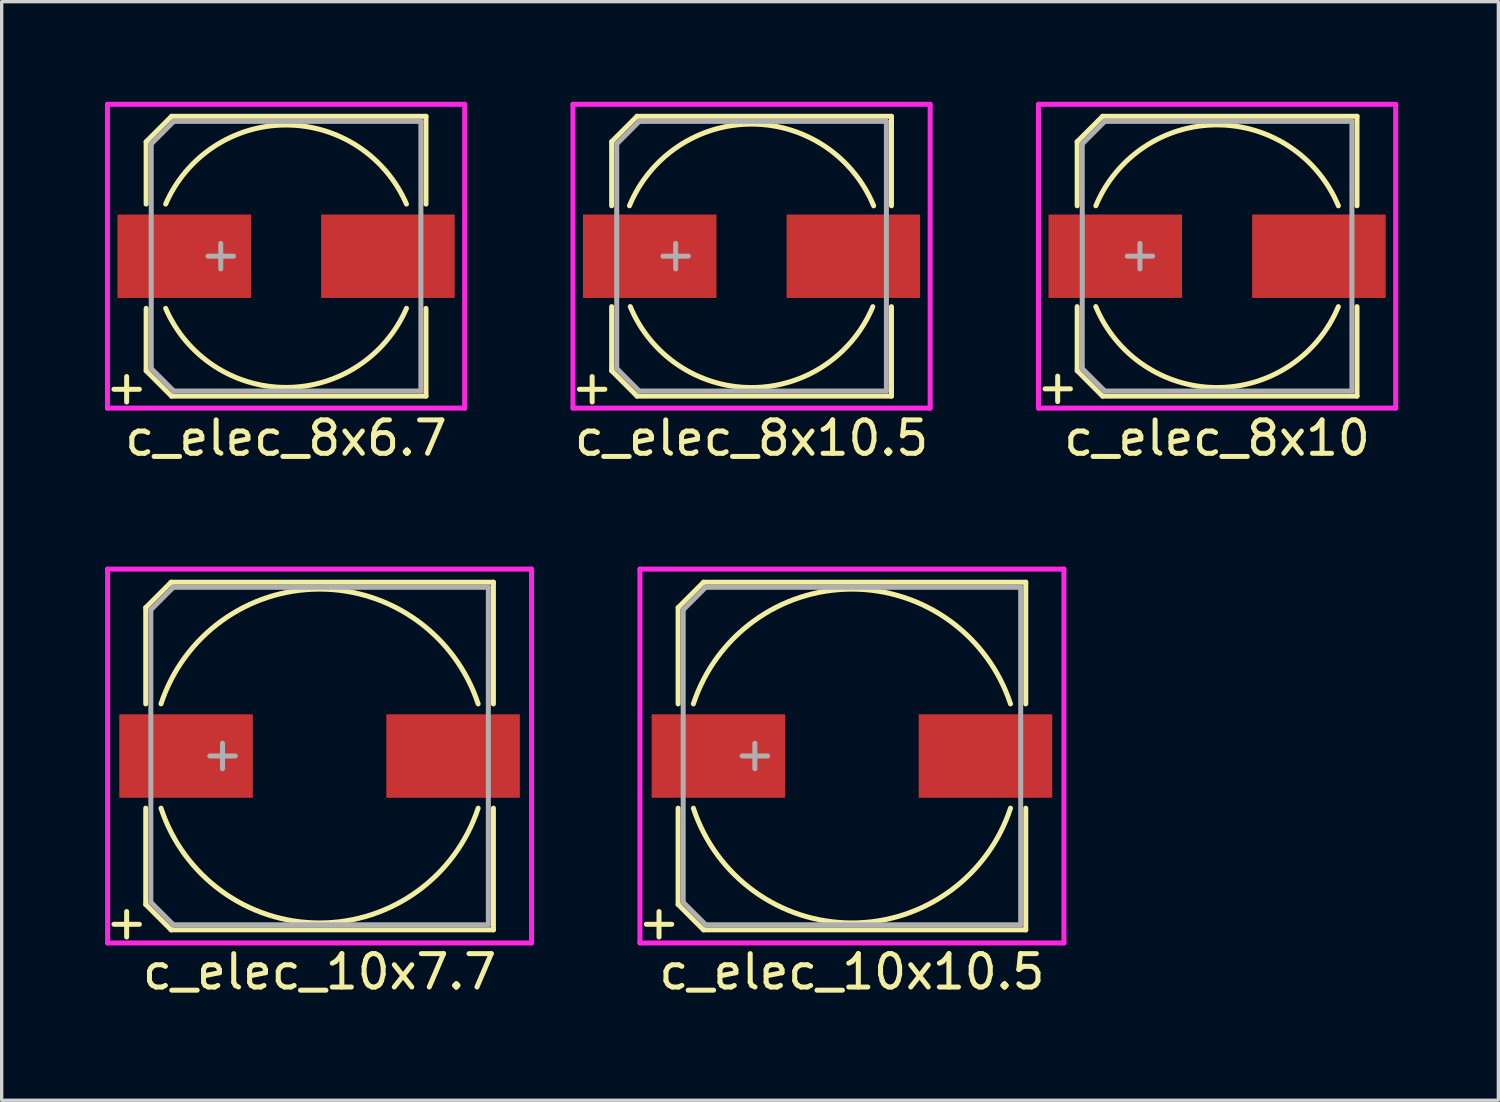
<source format=kicad_pcb>
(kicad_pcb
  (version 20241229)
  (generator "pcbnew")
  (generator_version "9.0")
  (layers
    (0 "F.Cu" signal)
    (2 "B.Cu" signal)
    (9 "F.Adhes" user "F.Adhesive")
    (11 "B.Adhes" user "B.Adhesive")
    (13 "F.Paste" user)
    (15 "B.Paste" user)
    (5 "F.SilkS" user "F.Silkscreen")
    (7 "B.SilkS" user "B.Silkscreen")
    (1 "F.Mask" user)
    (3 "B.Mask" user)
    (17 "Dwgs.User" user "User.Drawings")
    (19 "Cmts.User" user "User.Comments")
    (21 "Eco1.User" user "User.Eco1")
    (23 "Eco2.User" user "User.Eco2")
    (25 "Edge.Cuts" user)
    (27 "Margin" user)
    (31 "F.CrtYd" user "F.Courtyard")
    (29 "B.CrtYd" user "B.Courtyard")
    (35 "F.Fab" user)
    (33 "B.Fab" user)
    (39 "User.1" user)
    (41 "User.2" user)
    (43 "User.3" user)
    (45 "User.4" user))
  (footprint "c_elec_8x6.7"
    (layer "F.Cu")
    (at 5.519 4.625)
    (property "Reference" "c_elec_8x6.7" (at 0 5.448 0) (layer "F.SilkS") (effects (font (size 1 1) (thickness 0.15))))
    (attr smd)
    (fp_line (start -4.191 -3.429) (end -4.191 -1.562) (stroke (width 0.15) (type solid)) (layer "F.SilkS"))
    (fp_line (start -4.191 -3.429) (end -3.429 -4.191) (stroke (width 0.15) (type solid)) (layer "F.SilkS"))
    (fp_line (start -4.191 3.429) (end -4.191 1.562) (stroke (width 0.15) (type solid)) (layer "F.SilkS"))
    (fp_line (start -3.429 -4.191) (end 4.191 -4.191) (stroke (width 0.15) (type solid)) (layer "F.SilkS"))
    (fp_line (start -3.429 4.191) (end -4.191 3.429) (stroke (width 0.15) (type solid)) (layer "F.SilkS"))
    (fp_line (start 4.191 -4.191) (end 4.191 -1.562) (stroke (width 0.15) (type solid)) (layer "F.SilkS"))
    (fp_line (start 4.191 4.191) (end -3.429 4.191) (stroke (width 0.15) (type solid)) (layer "F.SilkS"))
    (fp_line (start 4.191 4.191) (end 4.191 1.562) (stroke (width 0.15) (type solid)) (layer "F.SilkS"))
    (fp_arc (start -3.6068 -1.5621) (mid 0 -3.930542) (end 3.6068 -1.5621) (stroke (width 0.15) (type solid)) (layer "F.SilkS"))
    (fp_arc (start 3.6068 1.5621) (mid 0 3.930542) (end -3.6068 1.5621) (stroke (width 0.15) (type solid)) (layer "F.SilkS"))
    (fp_line (start -5.35 -4.55) (end -5.35 4.55) (stroke (width 0.15) (type solid)) (layer "F.CrtYd"))
    (fp_line (start -5.35 4.55) (end 5.35 4.55) (stroke (width 0.15) (type solid)) (layer "F.CrtYd"))
    (fp_line (start 5.35 -4.55) (end -5.35 -4.55) (stroke (width 0.15) (type solid)) (layer "F.CrtYd"))
    (fp_line (start 5.35 4.55) (end 5.35 -4.55) (stroke (width 0.15) (type solid)) (layer "F.CrtYd"))
    (fp_line (start -4.039 -3.365) (end -4.039 3.365) (stroke (width 0.15) (type solid)) (layer "F.Fab"))
    (fp_line (start -4.039 3.365) (end -3.365 4.039) (stroke (width 0.15) (type solid)) (layer "F.Fab"))
    (fp_line (start -3.365 -4.039) (end -4.039 -3.365) (stroke (width 0.15) (type solid)) (layer "F.Fab"))
    (fp_line (start -3.365 4.039) (end 4.039 4.039) (stroke (width 0.15) (type solid)) (layer "F.Fab"))
    (fp_line (start 4.039 -4.039) (end -3.365 -4.039) (stroke (width 0.15) (type solid)) (layer "F.Fab"))
    (fp_line (start 4.039 4.039) (end 4.039 -4.039) (stroke (width 0.15) (type solid)) (layer "F.Fab"))
    (fp_text user "+" (at -4.775 3.912 0) (layer "F.SilkS") (effects (font (size 1 1) (thickness 0.15))))
    (fp_text user "+" (at -1.956 -0.076 0) (layer "F.Fab") (effects (font (size 1 1) (thickness 0.15))))
    (pad "1" smd rect (at -3.05 0 180) (size 4 2.5) (layers "F.Cu" "F.Mask" "F.Paste"))
    (pad "2" smd rect (at 3.05 0 180) (size 4 2.5) (layers "F.Cu" "F.Mask" "F.Paste")))
  (footprint "c_elec_8x10.5"
    (layer "F.Cu")
    (at 19.463 4.625)
    (property "Reference" "c_elec_8x10.5" (at 0 5.448 0) (layer "F.SilkS") (effects (font (size 1 1) (thickness 0.15))))
    (attr smd)
    (fp_line (start -4.191 -3.429) (end -4.191 -1.511) (stroke (width 0.15) (type solid)) (layer "F.SilkS"))
    (fp_line (start -4.191 -3.429) (end -3.429 -4.191) (stroke (width 0.15) (type solid)) (layer "F.SilkS"))
    (fp_line (start -4.191 3.429) (end -4.191 1.511) (stroke (width 0.15) (type solid)) (layer "F.SilkS"))
    (fp_line (start -3.429 -4.191) (end 4.191 -4.191) (stroke (width 0.15) (type solid)) (layer "F.SilkS"))
    (fp_line (start -3.429 4.191) (end -4.191 3.429) (stroke (width 0.15) (type solid)) (layer "F.SilkS"))
    (fp_line (start 4.191 -4.191) (end 4.191 -1.511) (stroke (width 0.15) (type solid)) (layer "F.SilkS"))
    (fp_line (start 4.191 4.191) (end -3.429 4.191) (stroke (width 0.15) (type solid)) (layer "F.SilkS"))
    (fp_line (start 4.191 4.191) (end 4.191 1.511) (stroke (width 0.15) (type solid)) (layer "F.SilkS"))
    (fp_arc (start -3.6576 -1.5113) (mid 0.001026 -3.957533) (end 3.658383 -1.509403) (stroke (width 0.15) (type solid)) (layer "F.SilkS"))
    (fp_arc (start 3.6322 1.5113) (mid -0.001441 3.934069) (end -3.633306 1.508639) (stroke (width 0.15) (type solid)) (layer "F.SilkS"))
    (fp_line (start -5.35 -4.55) (end -5.35 4.55) (stroke (width 0.15) (type solid)) (layer "F.CrtYd"))
    (fp_line (start -5.35 4.55) (end 5.35 4.55) (stroke (width 0.15) (type solid)) (layer "F.CrtYd"))
    (fp_line (start 5.35 -4.55) (end -5.35 -4.55) (stroke (width 0.15) (type solid)) (layer "F.CrtYd"))
    (fp_line (start 5.35 4.55) (end 5.35 -4.55) (stroke (width 0.15) (type solid)) (layer "F.CrtYd"))
    (fp_line (start -4.039 -3.365) (end -4.039 3.365) (stroke (width 0.15) (type solid)) (layer "F.Fab"))
    (fp_line (start -4.039 3.365) (end -3.365 4.039) (stroke (width 0.15) (type solid)) (layer "F.Fab"))
    (fp_line (start -3.365 -4.039) (end -4.039 -3.365) (stroke (width 0.15) (type solid)) (layer "F.Fab"))
    (fp_line (start -3.365 4.039) (end 4.039 4.039) (stroke (width 0.15) (type solid)) (layer "F.Fab"))
    (fp_line (start 4.039 -4.039) (end -3.365 -4.039) (stroke (width 0.15) (type solid)) (layer "F.Fab"))
    (fp_line (start 4.039 4.039) (end 4.039 -4.039) (stroke (width 0.15) (type solid)) (layer "F.Fab"))
    (fp_text user "+" (at -4.775 3.912 0) (layer "F.SilkS") (effects (font (size 1 1) (thickness 0.15))))
    (fp_text user "+" (at -2.273 -0.076 0) (layer "F.Fab") (effects (font (size 1 1) (thickness 0.15))))
    (pad "1" smd rect (at -3.05 0 180) (size 4 2.5) (layers "F.Cu" "F.Mask" "F.Paste"))
    (pad "2" smd rect (at 3.05 0 180) (size 4 2.5) (layers "F.Cu" "F.Mask" "F.Paste")))
  (footprint "c_elec_10x10.5"
    (layer "F.Cu")
    (at 22.47 19.597)
    (property "Reference" "c_elec_10x10.5" (at 0 6.464 0) (layer "F.SilkS") (effects (font (size 1 1) (thickness 0.15))))
    (attr smd)
    (fp_line (start -5.207 -4.445) (end -5.207 -1.562) (stroke (width 0.15) (type solid)) (layer "F.SilkS"))
    (fp_line (start -5.207 -4.445) (end -4.445 -5.207) (stroke (width 0.15) (type solid)) (layer "F.SilkS"))
    (fp_line (start -5.207 4.445) (end -5.207 1.562) (stroke (width 0.15) (type solid)) (layer "F.SilkS"))
    (fp_line (start -4.445 -5.207) (end 5.207 -5.207) (stroke (width 0.15) (type solid)) (layer "F.SilkS"))
    (fp_line (start -4.445 5.207) (end -5.207 4.445) (stroke (width 0.15) (type solid)) (layer "F.SilkS"))
    (fp_line (start 5.207 -5.207) (end 5.207 -1.562) (stroke (width 0.15) (type solid)) (layer "F.SilkS"))
    (fp_line (start 5.207 5.207) (end -4.445 5.207) (stroke (width 0.15) (type solid)) (layer "F.SilkS"))
    (fp_line (start 5.207 5.207) (end 5.207 1.562) (stroke (width 0.15) (type solid)) (layer "F.SilkS"))
    (fp_arc (start -4.7498 -1.5621) (mid 0 -5.000076) (end 4.7498 -1.5621) (stroke (width 0.15) (type solid)) (layer "F.SilkS"))
    (fp_arc (start 4.7498 1.5621) (mid 0 5.000076) (end -4.7498 1.5621) (stroke (width 0.15) (type solid)) (layer "F.SilkS"))
    (fp_line (start -6.35 -5.6) (end -6.35 5.6) (stroke (width 0.15) (type solid)) (layer "F.CrtYd"))
    (fp_line (start -6.35 5.6) (end 6.35 5.6) (stroke (width 0.15) (type solid)) (layer "F.CrtYd"))
    (fp_line (start 6.35 -5.6) (end -6.35 -5.6) (stroke (width 0.15) (type solid)) (layer "F.CrtYd"))
    (fp_line (start 6.35 5.6) (end 6.35 -5.6) (stroke (width 0.15) (type solid)) (layer "F.CrtYd"))
    (fp_line (start -5.055 -4.381) (end -5.055 4.381) (stroke (width 0.15) (type solid)) (layer "F.Fab"))
    (fp_line (start -5.055 4.381) (end -4.381 5.055) (stroke (width 0.15) (type solid)) (layer "F.Fab"))
    (fp_line (start -4.381 -5.055) (end -5.055 -4.381) (stroke (width 0.15) (type solid)) (layer "F.Fab"))
    (fp_line (start -4.381 5.055) (end 5.055 5.055) (stroke (width 0.15) (type solid)) (layer "F.Fab"))
    (fp_line (start 5.055 -5.055) (end -4.381 -5.055) (stroke (width 0.15) (type solid)) (layer "F.Fab"))
    (fp_line (start 5.055 5.055) (end 5.055 -5.055) (stroke (width 0.15) (type solid)) (layer "F.Fab"))
    (fp_text user "+" (at -5.779 4.966 0) (layer "F.SilkS") (effects (font (size 1 1) (thickness 0.15))))
    (fp_text user "+" (at -2.908 -0.076 0) (layer "F.Fab") (effects (font (size 1 1) (thickness 0.15))))
    (pad "1" smd rect (at -4 0 180) (size 4 2.5) (layers "F.Cu" "F.Mask" "F.Paste"))
    (pad "2" smd rect (at 4 0 180) (size 4 2.5) (layers "F.Cu" "F.Mask" "F.Paste")))
  (footprint "c_elec_8x10"
    (layer "F.Cu")
    (at 33.408 4.625)
    (property "Reference" "c_elec_8x10" (at 0 5.448 0) (layer "F.SilkS") (effects (font (size 1 1) (thickness 0.15))))
    (attr smd)
    (fp_line (start -4.191 -3.429) (end -4.191 -1.511) (stroke (width 0.15) (type solid)) (layer "F.SilkS"))
    (fp_line (start -4.191 -3.429) (end -3.429 -4.191) (stroke (width 0.15) (type solid)) (layer "F.SilkS"))
    (fp_line (start -4.191 3.429) (end -4.191 1.511) (stroke (width 0.15) (type solid)) (layer "F.SilkS"))
    (fp_line (start -3.429 -4.191) (end 4.191 -4.191) (stroke (width 0.15) (type solid)) (layer "F.SilkS"))
    (fp_line (start -3.429 4.191) (end -4.191 3.429) (stroke (width 0.15) (type solid)) (layer "F.SilkS"))
    (fp_line (start 4.191 -4.191) (end 4.191 -1.511) (stroke (width 0.15) (type solid)) (layer "F.SilkS"))
    (fp_line (start 4.191 4.191) (end -3.429 4.191) (stroke (width 0.15) (type solid)) (layer "F.SilkS"))
    (fp_line (start 4.191 4.191) (end 4.191 1.511) (stroke (width 0.15) (type solid)) (layer "F.SilkS"))
    (fp_arc (start -3.6322 -1.5113) (mid 0.000991 -3.93407) (end 3.632961 -1.50947) (stroke (width 0.15) (type solid)) (layer "F.SilkS"))
    (fp_arc (start 3.6322 1.5113) (mid -0.001441 3.934069) (end -3.633306 1.508639) (stroke (width 0.15) (type solid)) (layer "F.SilkS"))
    (fp_line (start -5.35 -4.55) (end -5.35 4.55) (stroke (width 0.15) (type solid)) (layer "F.CrtYd"))
    (fp_line (start -5.35 4.55) (end 5.35 4.55) (stroke (width 0.15) (type solid)) (layer "F.CrtYd"))
    (fp_line (start 5.35 -4.55) (end -5.35 -4.55) (stroke (width 0.15) (type solid)) (layer "F.CrtYd"))
    (fp_line (start 5.35 4.55) (end 5.35 -4.55) (stroke (width 0.15) (type solid)) (layer "F.CrtYd"))
    (fp_line (start -4.039 -3.365) (end -4.039 3.365) (stroke (width 0.15) (type solid)) (layer "F.Fab"))
    (fp_line (start -4.039 3.365) (end -3.365 4.039) (stroke (width 0.15) (type solid)) (layer "F.Fab"))
    (fp_line (start -3.365 -4.039) (end -4.039 -3.365) (stroke (width 0.15) (type solid)) (layer "F.Fab"))
    (fp_line (start -3.365 4.039) (end 4.039 4.039) (stroke (width 0.15) (type solid)) (layer "F.Fab"))
    (fp_line (start 4.039 -4.039) (end -3.365 -4.039) (stroke (width 0.15) (type solid)) (layer "F.Fab"))
    (fp_line (start 4.039 4.039) (end 4.039 -4.039) (stroke (width 0.15) (type solid)) (layer "F.Fab"))
    (fp_text user "+" (at -4.775 3.899 0) (layer "F.SilkS") (effects (font (size 1 1) (thickness 0.15))))
    (fp_text user "+" (at -2.311 -0.076 0) (layer "F.Fab") (effects (font (size 1 1) (thickness 0.15))))
    (pad "1" smd rect (at -3.05 0 180) (size 4 2.5) (layers "F.Cu" "F.Mask" "F.Paste"))
    (pad "2" smd rect (at 3.05 0 180) (size 4 2.5) (layers "F.Cu" "F.Mask" "F.Paste")))
  (footprint "c_elec_10x7.7"
    (layer "F.Cu")
    (at 6.523 19.597)
    (property "Reference" "c_elec_10x7.7" (at 0 6.464 0) (layer "F.SilkS") (effects (font (size 1 1) (thickness 0.15))))
    (attr smd)
    (fp_line (start -5.207 -4.445) (end -5.207 -1.562) (stroke (width 0.15) (type solid)) (layer "F.SilkS"))
    (fp_line (start -5.207 -4.445) (end -4.445 -5.207) (stroke (width 0.15) (type solid)) (layer "F.SilkS"))
    (fp_line (start -5.207 4.445) (end -5.207 1.562) (stroke (width 0.15) (type solid)) (layer "F.SilkS"))
    (fp_line (start -4.445 -5.207) (end 5.207 -5.207) (stroke (width 0.15) (type solid)) (layer "F.SilkS"))
    (fp_line (start -4.445 5.207) (end -5.207 4.445) (stroke (width 0.15) (type solid)) (layer "F.SilkS"))
    (fp_line (start 5.207 -5.207) (end 5.207 -1.562) (stroke (width 0.15) (type solid)) (layer "F.SilkS"))
    (fp_line (start 5.207 5.207) (end -4.445 5.207) (stroke (width 0.15) (type solid)) (layer "F.SilkS"))
    (fp_line (start 5.207 5.207) (end 5.207 1.562) (stroke (width 0.15) (type solid)) (layer "F.SilkS"))
    (fp_arc (start -4.7498 -1.5621) (mid 0 -5.000076) (end 4.7498 -1.5621) (stroke (width 0.15) (type solid)) (layer "F.SilkS"))
    (fp_arc (start 4.7498 1.5621) (mid 0 5.000076) (end -4.7498 1.5621) (stroke (width 0.15) (type solid)) (layer "F.SilkS"))
    (fp_line (start -6.35 -5.6) (end -6.35 5.6) (stroke (width 0.15) (type solid)) (layer "F.CrtYd"))
    (fp_line (start -6.35 5.6) (end 6.35 5.6) (stroke (width 0.15) (type solid)) (layer "F.CrtYd"))
    (fp_line (start 6.35 -5.6) (end -6.35 -5.6) (stroke (width 0.15) (type solid)) (layer "F.CrtYd"))
    (fp_line (start 6.35 5.6) (end 6.35 -5.6) (stroke (width 0.15) (type solid)) (layer "F.CrtYd"))
    (fp_line (start -5.055 -4.381) (end -5.055 4.381) (stroke (width 0.15) (type solid)) (layer "F.Fab"))
    (fp_line (start -5.055 4.381) (end -4.381 5.055) (stroke (width 0.15) (type solid)) (layer "F.Fab"))
    (fp_line (start -4.381 -5.055) (end -5.055 -4.381) (stroke (width 0.15) (type solid)) (layer "F.Fab"))
    (fp_line (start -4.381 5.055) (end 5.055 5.055) (stroke (width 0.15) (type solid)) (layer "F.Fab"))
    (fp_line (start 5.055 -5.055) (end -4.381 -5.055) (stroke (width 0.15) (type solid)) (layer "F.Fab"))
    (fp_line (start 5.055 5.055) (end 5.055 -5.055) (stroke (width 0.15) (type solid)) (layer "F.Fab"))
    (fp_text user "+" (at -5.779 4.966 0) (layer "F.SilkS") (effects (font (size 1 1) (thickness 0.15))))
    (fp_text user "+" (at -2.908 -0.076 0) (layer "F.Fab") (effects (font (size 1 1) (thickness 0.15))))
    (pad "1" smd rect (at -4 0 180) (size 4 2.5) (layers "F.Cu" "F.Mask" "F.Paste"))
    (pad "2" smd rect (at 4 0 180) (size 4 2.5) (layers "F.Cu" "F.Mask" "F.Paste")))
  (gr_rect
    (start -3 -3)
    (end 41.833 29.909)
    (stroke (width 0.1) (type default))
    (fill no)
    (layer "Edge.Cuts")))
</source>
